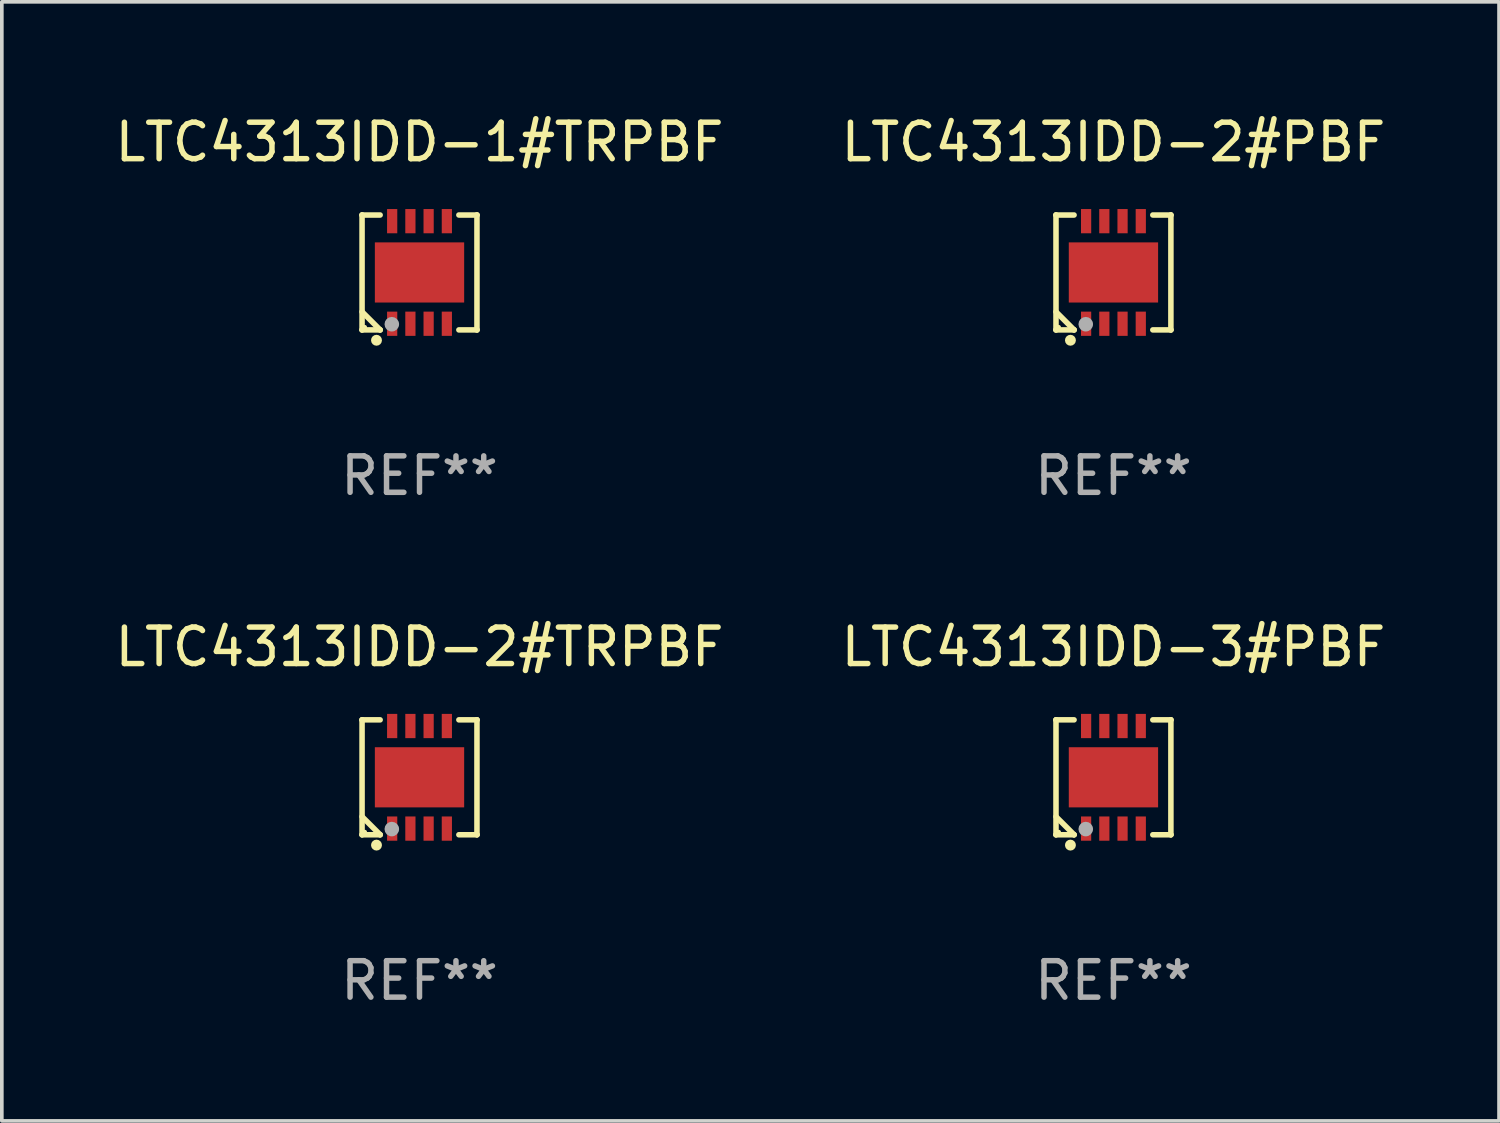
<source format=kicad_pcb>
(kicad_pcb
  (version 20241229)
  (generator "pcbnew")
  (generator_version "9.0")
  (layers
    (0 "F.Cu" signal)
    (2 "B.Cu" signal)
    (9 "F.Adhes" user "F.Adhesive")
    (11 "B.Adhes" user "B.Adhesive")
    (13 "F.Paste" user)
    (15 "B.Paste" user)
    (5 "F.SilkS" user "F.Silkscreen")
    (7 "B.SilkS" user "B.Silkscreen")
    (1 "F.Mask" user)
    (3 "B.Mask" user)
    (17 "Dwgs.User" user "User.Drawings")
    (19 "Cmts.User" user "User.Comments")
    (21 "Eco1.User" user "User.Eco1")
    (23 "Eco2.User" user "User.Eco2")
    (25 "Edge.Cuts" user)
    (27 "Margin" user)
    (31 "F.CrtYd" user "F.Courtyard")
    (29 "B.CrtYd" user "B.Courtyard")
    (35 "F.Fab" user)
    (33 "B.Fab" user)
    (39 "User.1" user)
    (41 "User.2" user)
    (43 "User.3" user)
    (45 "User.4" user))
  (footprint "LTC4313IDD-3#PBF"
    (layer "F.Cu")
    (at 27.494 18.273)
    (property "Reference" "LTC4313IDD-3#PBF" (at 0 -3.576 0) (layer "F.SilkS") (effects (font (size 1 1) (thickness 0.15))))
    (attr through_hole)
    (fp_line (start -1.576 -1.576) (end -1.576 -1.576) (stroke (width 0.152) (type solid)) (layer "F.SilkS"))
    (fp_line (start -1.576 -1.576) (end -1.08 -1.576) (stroke (width 0.152) (type solid)) (layer "F.SilkS"))
    (fp_line (start -1.576 1.576) (end -1.576 -1.576) (stroke (width 0.152) (type solid)) (layer "F.SilkS"))
    (fp_line (start -1.576 1.576) (end -1.576 1.576) (stroke (width 0.152) (type solid)) (layer "F.SilkS"))
    (fp_line (start -1.08 1.575) (end -1.576 1.079) (stroke (width 0.152) (type solid)) (layer "F.SilkS"))
    (fp_line (start -1.08 1.576) (end -1.576 1.576) (stroke (width 0.152) (type solid)) (layer "F.SilkS"))
    (fp_line (start -1.08 1.576) (end -1.08 1.575) (stroke (width 0.152) (type solid)) (layer "F.SilkS"))
    (fp_line (start 1.08 1.576) (end 1.576 1.576) (stroke (width 0.152) (type solid)) (layer "F.SilkS"))
    (fp_line (start 1.576 -1.576) (end 1.08 -1.576) (stroke (width 0.152) (type solid)) (layer "F.SilkS"))
    (fp_line (start 1.576 -1.576) (end 1.576 -1.576) (stroke (width 0.152) (type solid)) (layer "F.SilkS"))
    (fp_line (start 1.576 1.576) (end 1.576 -1.576) (stroke (width 0.152) (type solid)) (layer "F.SilkS"))
    (fp_line (start 1.576 1.576) (end 1.576 1.576) (stroke (width 0.152) (type solid)) (layer "F.SilkS"))
    (fp_circle (center -1.5 1.5) (end -1.47 1.5) (stroke (width 0.06) (type solid)) (fill no) (layer "F.SilkS"))
    (fp_circle (center -1.18 1.86) (end -1.105 1.86) (stroke (width 0.15) (type solid)) (fill no) (layer "F.SilkS"))
    (fp_circle (center -0.76 1.42) (end -0.66 1.42) (stroke (width 0.2) (type solid)) (fill no) (layer "F.Fab"))
    (fp_text user "REF**" (at 0 5.576 0) (layer "F.Fab") (effects (font (size 1 1) (thickness 0.15))))
    (pad "1" smd rect (at -0.75 1.407) (size 0.28 0.665) (layers "F.Cu" "F.Mask" "F.Paste"))
    (pad "2" smd rect (at -0.25 1.407) (size 0.28 0.665) (layers "F.Cu" "F.Mask" "F.Paste"))
    (pad "3" smd rect (at 0.25 1.407) (size 0.28 0.665) (layers "F.Cu" "F.Mask" "F.Paste"))
    (pad "4" smd rect (at 0.75 1.407) (size 0.28 0.665) (layers "F.Cu" "F.Mask" "F.Paste"))
    (pad "5" smd rect (at 0.75 -1.407) (size 0.28 0.665) (layers "F.Cu" "F.Mask" "F.Paste"))
    (pad "6" smd rect (at 0.25 -1.407) (size 0.28 0.665) (layers "F.Cu" "F.Mask" "F.Paste"))
    (pad "7" smd rect (at -0.25 -1.407) (size 0.28 0.665) (layers "F.Cu" "F.Mask" "F.Paste"))
    (pad "8" smd rect (at -0.75 -1.407) (size 0.28 0.665) (layers "F.Cu" "F.Mask" "F.Paste"))
    (pad "9" smd rect (at 0 0) (size 2.45 1.65) (layers "F.Cu" "F.Mask" "F.Paste")))
  (footprint "LTC4313IDD-2#PBF"
    (layer "F.Cu")
    (at 27.494 4.424)
    (property "Reference" "LTC4313IDD-2#PBF" (at 0 -3.576 0) (layer "F.SilkS") (effects (font (size 1 1) (thickness 0.15))))
    (attr through_hole)
    (fp_line (start -1.576 -1.576) (end -1.576 -1.576) (stroke (width 0.152) (type solid)) (layer "F.SilkS"))
    (fp_line (start -1.576 -1.576) (end -1.08 -1.576) (stroke (width 0.152) (type solid)) (layer "F.SilkS"))
    (fp_line (start -1.576 1.576) (end -1.576 -1.576) (stroke (width 0.152) (type solid)) (layer "F.SilkS"))
    (fp_line (start -1.576 1.576) (end -1.576 1.576) (stroke (width 0.152) (type solid)) (layer "F.SilkS"))
    (fp_line (start -1.08 1.575) (end -1.576 1.079) (stroke (width 0.152) (type solid)) (layer "F.SilkS"))
    (fp_line (start -1.08 1.576) (end -1.576 1.576) (stroke (width 0.152) (type solid)) (layer "F.SilkS"))
    (fp_line (start -1.08 1.576) (end -1.08 1.575) (stroke (width 0.152) (type solid)) (layer "F.SilkS"))
    (fp_line (start 1.08 1.576) (end 1.576 1.576) (stroke (width 0.152) (type solid)) (layer "F.SilkS"))
    (fp_line (start 1.576 -1.576) (end 1.08 -1.576) (stroke (width 0.152) (type solid)) (layer "F.SilkS"))
    (fp_line (start 1.576 -1.576) (end 1.576 -1.576) (stroke (width 0.152) (type solid)) (layer "F.SilkS"))
    (fp_line (start 1.576 1.576) (end 1.576 -1.576) (stroke (width 0.152) (type solid)) (layer "F.SilkS"))
    (fp_line (start 1.576 1.576) (end 1.576 1.576) (stroke (width 0.152) (type solid)) (layer "F.SilkS"))
    (fp_circle (center -1.5 1.5) (end -1.47 1.5) (stroke (width 0.06) (type solid)) (fill no) (layer "F.SilkS"))
    (fp_circle (center -1.18 1.86) (end -1.105 1.86) (stroke (width 0.15) (type solid)) (fill no) (layer "F.SilkS"))
    (fp_circle (center -0.76 1.42) (end -0.66 1.42) (stroke (width 0.2) (type solid)) (fill no) (layer "F.Fab"))
    (fp_text user "REF**" (at 0 5.576 0) (layer "F.Fab") (effects (font (size 1 1) (thickness 0.15))))
    (pad "1" smd rect (at -0.75 1.407) (size 0.28 0.665) (layers "F.Cu" "F.Mask" "F.Paste"))
    (pad "2" smd rect (at -0.25 1.407) (size 0.28 0.665) (layers "F.Cu" "F.Mask" "F.Paste"))
    (pad "3" smd rect (at 0.25 1.407) (size 0.28 0.665) (layers "F.Cu" "F.Mask" "F.Paste"))
    (pad "4" smd rect (at 0.75 1.407) (size 0.28 0.665) (layers "F.Cu" "F.Mask" "F.Paste"))
    (pad "5" smd rect (at 0.75 -1.407) (size 0.28 0.665) (layers "F.Cu" "F.Mask" "F.Paste"))
    (pad "6" smd rect (at 0.25 -1.407) (size 0.28 0.665) (layers "F.Cu" "F.Mask" "F.Paste"))
    (pad "7" smd rect (at -0.25 -1.407) (size 0.28 0.665) (layers "F.Cu" "F.Mask" "F.Paste"))
    (pad "8" smd rect (at -0.75 -1.407) (size 0.28 0.665) (layers "F.Cu" "F.Mask" "F.Paste"))
    (pad "9" smd rect (at 0 0) (size 2.45 1.65) (layers "F.Cu" "F.Mask" "F.Paste")))
  (footprint "LTC4313IDD-2#TRPBF"
    (layer "F.Cu")
    (at 8.458 18.273)
    (property "Reference" "LTC4313IDD-2#TRPBF" (at 0 -3.576 0) (layer "F.SilkS") (effects (font (size 1 1) (thickness 0.15))))
    (attr through_hole)
    (fp_line (start -1.576 -1.576) (end -1.576 -1.576) (stroke (width 0.152) (type solid)) (layer "F.SilkS"))
    (fp_line (start -1.576 -1.576) (end -1.08 -1.576) (stroke (width 0.152) (type solid)) (layer "F.SilkS"))
    (fp_line (start -1.576 1.576) (end -1.576 -1.576) (stroke (width 0.152) (type solid)) (layer "F.SilkS"))
    (fp_line (start -1.576 1.576) (end -1.576 1.576) (stroke (width 0.152) (type solid)) (layer "F.SilkS"))
    (fp_line (start -1.08 1.575) (end -1.576 1.079) (stroke (width 0.152) (type solid)) (layer "F.SilkS"))
    (fp_line (start -1.08 1.576) (end -1.576 1.576) (stroke (width 0.152) (type solid)) (layer "F.SilkS"))
    (fp_line (start -1.08 1.576) (end -1.08 1.575) (stroke (width 0.152) (type solid)) (layer "F.SilkS"))
    (fp_line (start 1.08 1.576) (end 1.576 1.576) (stroke (width 0.152) (type solid)) (layer "F.SilkS"))
    (fp_line (start 1.576 -1.576) (end 1.08 -1.576) (stroke (width 0.152) (type solid)) (layer "F.SilkS"))
    (fp_line (start 1.576 -1.576) (end 1.576 -1.576) (stroke (width 0.152) (type solid)) (layer "F.SilkS"))
    (fp_line (start 1.576 1.576) (end 1.576 -1.576) (stroke (width 0.152) (type solid)) (layer "F.SilkS"))
    (fp_line (start 1.576 1.576) (end 1.576 1.576) (stroke (width 0.152) (type solid)) (layer "F.SilkS"))
    (fp_circle (center -1.5 1.5) (end -1.47 1.5) (stroke (width 0.06) (type solid)) (fill no) (layer "F.SilkS"))
    (fp_circle (center -1.18 1.86) (end -1.105 1.86) (stroke (width 0.15) (type solid)) (fill no) (layer "F.SilkS"))
    (fp_circle (center -0.76 1.42) (end -0.66 1.42) (stroke (width 0.2) (type solid)) (fill no) (layer "F.Fab"))
    (fp_text user "REF**" (at 0 5.576 0) (layer "F.Fab") (effects (font (size 1 1) (thickness 0.15))))
    (pad "1" smd rect (at -0.75 1.407) (size 0.28 0.665) (layers "F.Cu" "F.Mask" "F.Paste"))
    (pad "2" smd rect (at -0.25 1.407) (size 0.28 0.665) (layers "F.Cu" "F.Mask" "F.Paste"))
    (pad "3" smd rect (at 0.25 1.407) (size 0.28 0.665) (layers "F.Cu" "F.Mask" "F.Paste"))
    (pad "4" smd rect (at 0.75 1.407) (size 0.28 0.665) (layers "F.Cu" "F.Mask" "F.Paste"))
    (pad "5" smd rect (at 0.75 -1.407) (size 0.28 0.665) (layers "F.Cu" "F.Mask" "F.Paste"))
    (pad "6" smd rect (at 0.25 -1.407) (size 0.28 0.665) (layers "F.Cu" "F.Mask" "F.Paste"))
    (pad "7" smd rect (at -0.25 -1.407) (size 0.28 0.665) (layers "F.Cu" "F.Mask" "F.Paste"))
    (pad "8" smd rect (at -0.75 -1.407) (size 0.28 0.665) (layers "F.Cu" "F.Mask" "F.Paste"))
    (pad "9" smd rect (at 0 0) (size 2.45 1.65) (layers "F.Cu" "F.Mask" "F.Paste")))
  (footprint "LTC4313IDD-1#TRPBF"
    (layer "F.Cu")
    (at 8.458 4.424)
    (property "Reference" "LTC4313IDD-1#TRPBF" (at 0 -3.576 0) (layer "F.SilkS") (effects (font (size 1 1) (thickness 0.15))))
    (attr through_hole)
    (fp_line (start -1.576 -1.576) (end -1.576 -1.576) (stroke (width 0.152) (type solid)) (layer "F.SilkS"))
    (fp_line (start -1.576 -1.576) (end -1.08 -1.576) (stroke (width 0.152) (type solid)) (layer "F.SilkS"))
    (fp_line (start -1.576 1.576) (end -1.576 -1.576) (stroke (width 0.152) (type solid)) (layer "F.SilkS"))
    (fp_line (start -1.576 1.576) (end -1.576 1.576) (stroke (width 0.152) (type solid)) (layer "F.SilkS"))
    (fp_line (start -1.08 1.575) (end -1.576 1.079) (stroke (width 0.152) (type solid)) (layer "F.SilkS"))
    (fp_line (start -1.08 1.576) (end -1.576 1.576) (stroke (width 0.152) (type solid)) (layer "F.SilkS"))
    (fp_line (start -1.08 1.576) (end -1.08 1.575) (stroke (width 0.152) (type solid)) (layer "F.SilkS"))
    (fp_line (start 1.08 1.576) (end 1.576 1.576) (stroke (width 0.152) (type solid)) (layer "F.SilkS"))
    (fp_line (start 1.576 -1.576) (end 1.08 -1.576) (stroke (width 0.152) (type solid)) (layer "F.SilkS"))
    (fp_line (start 1.576 -1.576) (end 1.576 -1.576) (stroke (width 0.152) (type solid)) (layer "F.SilkS"))
    (fp_line (start 1.576 1.576) (end 1.576 -1.576) (stroke (width 0.152) (type solid)) (layer "F.SilkS"))
    (fp_line (start 1.576 1.576) (end 1.576 1.576) (stroke (width 0.152) (type solid)) (layer "F.SilkS"))
    (fp_circle (center -1.5 1.5) (end -1.47 1.5) (stroke (width 0.06) (type solid)) (fill no) (layer "F.SilkS"))
    (fp_circle (center -1.18 1.86) (end -1.105 1.86) (stroke (width 0.15) (type solid)) (fill no) (layer "F.SilkS"))
    (fp_circle (center -0.76 1.42) (end -0.66 1.42) (stroke (width 0.2) (type solid)) (fill no) (layer "F.Fab"))
    (fp_text user "REF**" (at 0 5.576 0) (layer "F.Fab") (effects (font (size 1 1) (thickness 0.15))))
    (pad "1" smd rect (at -0.75 1.407) (size 0.28 0.665) (layers "F.Cu" "F.Mask" "F.Paste"))
    (pad "2" smd rect (at -0.25 1.407) (size 0.28 0.665) (layers "F.Cu" "F.Mask" "F.Paste"))
    (pad "3" smd rect (at 0.25 1.407) (size 0.28 0.665) (layers "F.Cu" "F.Mask" "F.Paste"))
    (pad "4" smd rect (at 0.75 1.407) (size 0.28 0.665) (layers "F.Cu" "F.Mask" "F.Paste"))
    (pad "5" smd rect (at 0.75 -1.407) (size 0.28 0.665) (layers "F.Cu" "F.Mask" "F.Paste"))
    (pad "6" smd rect (at 0.25 -1.407) (size 0.28 0.665) (layers "F.Cu" "F.Mask" "F.Paste"))
    (pad "7" smd rect (at -0.25 -1.407) (size 0.28 0.665) (layers "F.Cu" "F.Mask" "F.Paste"))
    (pad "8" smd rect (at -0.75 -1.407) (size 0.28 0.665) (layers "F.Cu" "F.Mask" "F.Paste"))
    (pad "9" smd rect (at 0 0) (size 2.45 1.65) (layers "F.Cu" "F.Mask" "F.Paste")))
  (gr_rect
    (start -3 -3)
    (end 38.071 27.698)
    (stroke (width 0.1) (type default))
    (fill no)
    (layer "Edge.Cuts")))
</source>
